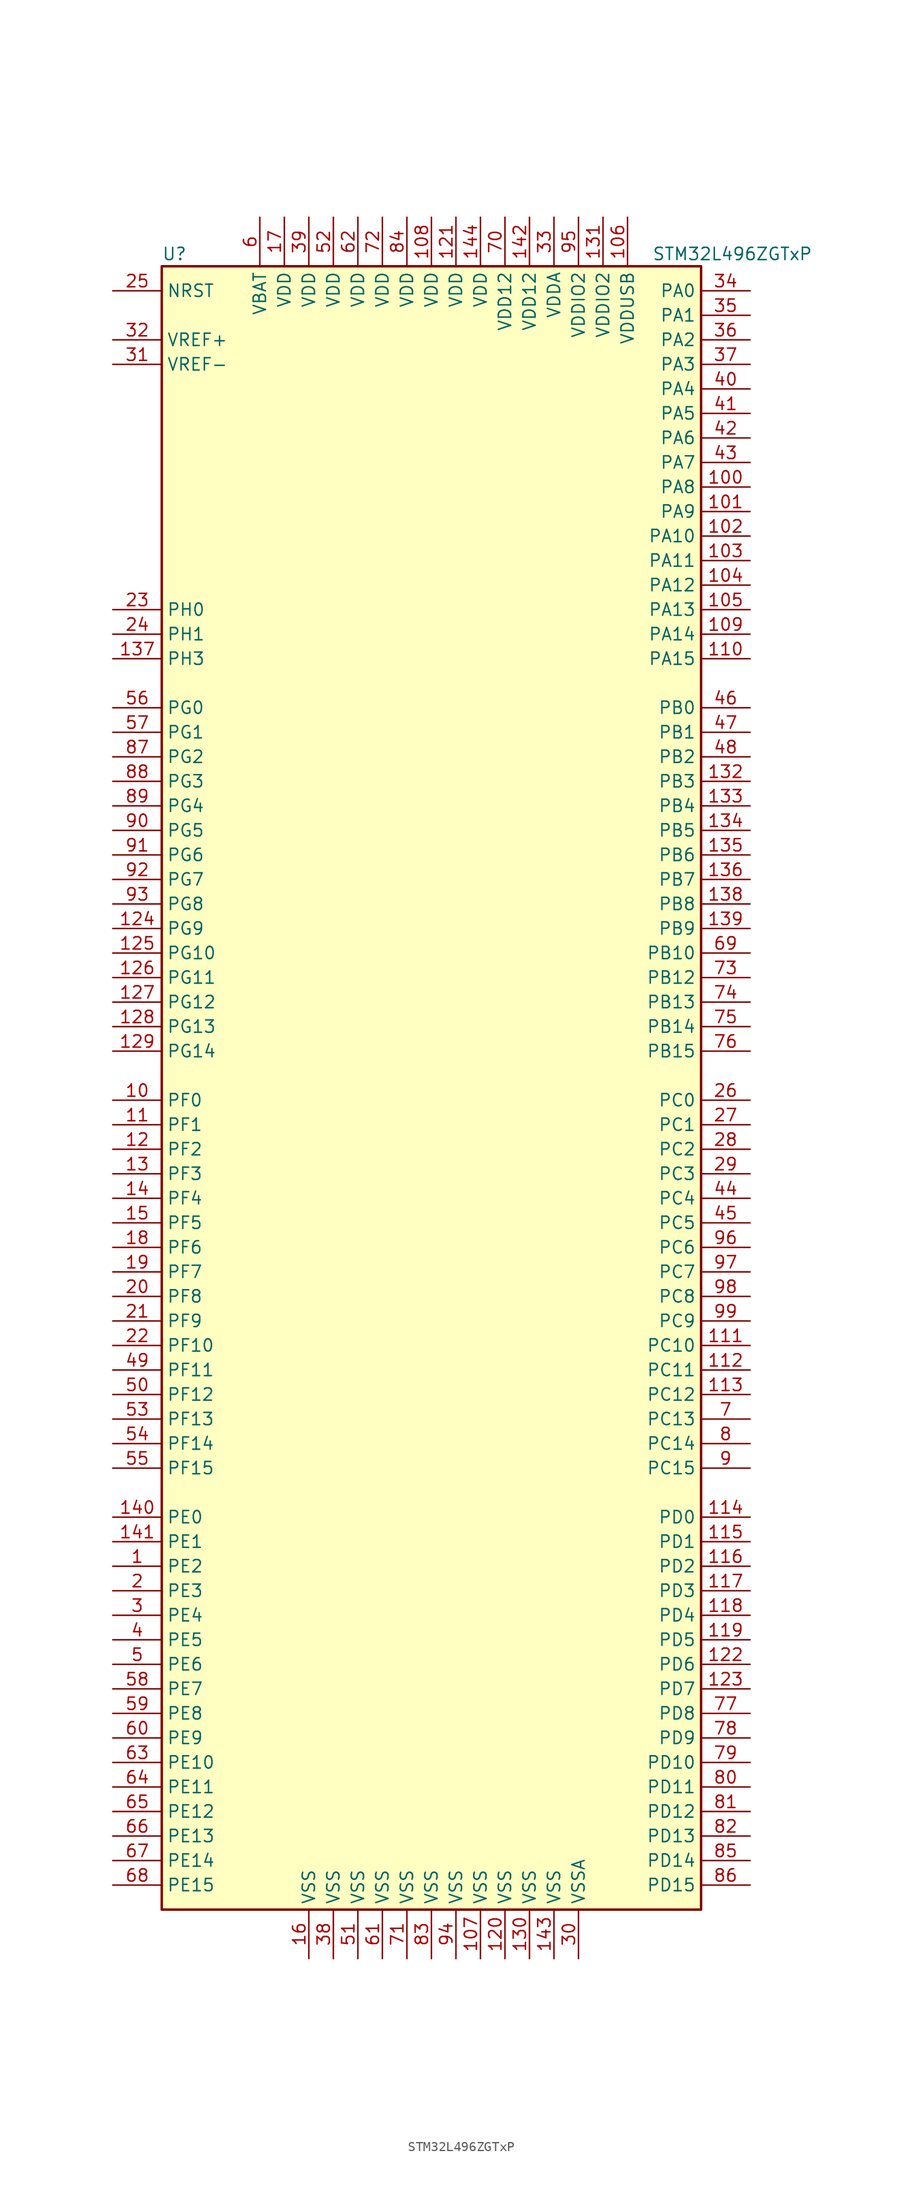
<source format=kicad_sym>
(kicad_symbol_lib
  (version 20201005)
  (generator kicad_symbol_editor)
  (symbol "STM32L496ZGTxP"
    (property "Reference" "U"
      (at -27.94 85.09 0)
      (effects (font (size 1.27 1.27)) (justify left)))
    (property "Value" "STM32L496ZGTxP"
      (at 22.86 85.09 0)
      (effects (font (size 1.27 1.27)) (justify left)))
    (symbol "STM32L496ZGTxP_0_1"
      (rectangle (start -27.94 -86.36) (end 27.94 83.82) (stroke (width 0.254)) (fill (type background))))
    (symbol "STM32L496ZGTxP_1_1"
      (pin input line (at -33.02 81.28 0) (length 5.08) (name "NRST" (effects (font (size 1.27 1.27)))) (number "25" (effects (font (size 1.27 1.27)))))
      (pin bidirectional line (at 33.02 81.28 180) (length 5.08) (name "PA0" (effects (font (size 1.27 1.27)))) (number "34" (effects (font (size 1.27 1.27)))))
      (pin bidirectional line (at 33.02 78.74 180) (length 5.08) (name "PA1" (effects (font (size 1.27 1.27)))) (number "35" (effects (font (size 1.27 1.27)))))
      (pin bidirectional line (at 33.02 55.88 180) (length 5.08) (name "PA10" (effects (font (size 1.27 1.27)))) (number "102" (effects (font (size 1.27 1.27)))))
      (pin bidirectional line (at 33.02 53.34 180) (length 5.08) (name "PA11" (effects (font (size 1.27 1.27)))) (number "103" (effects (font (size 1.27 1.27)))))
      (pin bidirectional line (at 33.02 50.8 180) (length 5.08) (name "PA12" (effects (font (size 1.27 1.27)))) (number "104" (effects (font (size 1.27 1.27)))))
      (pin bidirectional line (at 33.02 48.26 180) (length 5.08) (name "PA13" (effects (font (size 1.27 1.27)))) (number "105" (effects (font (size 1.27 1.27)))))
      (pin bidirectional line (at 33.02 45.72 180) (length 5.08) (name "PA14" (effects (font (size 1.27 1.27)))) (number "109" (effects (font (size 1.27 1.27)))))
      (pin bidirectional line (at 33.02 43.18 180) (length 5.08) (name "PA15" (effects (font (size 1.27 1.27)))) (number "110" (effects (font (size 1.27 1.27)))))
      (pin bidirectional line (at 33.02 76.2 180) (length 5.08) (name "PA2" (effects (font (size 1.27 1.27)))) (number "36" (effects (font (size 1.27 1.27)))))
      (pin bidirectional line (at 33.02 73.66 180) (length 5.08) (name "PA3" (effects (font (size 1.27 1.27)))) (number "37" (effects (font (size 1.27 1.27)))))
      (pin bidirectional line (at 33.02 71.12 180) (length 5.08) (name "PA4" (effects (font (size 1.27 1.27)))) (number "40" (effects (font (size 1.27 1.27)))))
      (pin bidirectional line (at 33.02 68.58 180) (length 5.08) (name "PA5" (effects (font (size 1.27 1.27)))) (number "41" (effects (font (size 1.27 1.27)))))
      (pin bidirectional line (at 33.02 66.04 180) (length 5.08) (name "PA6" (effects (font (size 1.27 1.27)))) (number "42" (effects (font (size 1.27 1.27)))))
      (pin bidirectional line (at 33.02 63.5 180) (length 5.08) (name "PA7" (effects (font (size 1.27 1.27)))) (number "43" (effects (font (size 1.27 1.27)))))
      (pin bidirectional line (at 33.02 60.96 180) (length 5.08) (name "PA8" (effects (font (size 1.27 1.27)))) (number "100" (effects (font (size 1.27 1.27)))))
      (pin bidirectional line (at 33.02 58.42 180) (length 5.08) (name "PA9" (effects (font (size 1.27 1.27)))) (number "101" (effects (font (size 1.27 1.27)))))
      (pin bidirectional line (at 33.02 38.1 180) (length 5.08) (name "PB0" (effects (font (size 1.27 1.27)))) (number "46" (effects (font (size 1.27 1.27)))))
      (pin bidirectional line (at 33.02 35.56 180) (length 5.08) (name "PB1" (effects (font (size 1.27 1.27)))) (number "47" (effects (font (size 1.27 1.27)))))
      (pin bidirectional line (at 33.02 12.7 180) (length 5.08) (name "PB10" (effects (font (size 1.27 1.27)))) (number "69" (effects (font (size 1.27 1.27)))))
      (pin bidirectional line (at 33.02 10.16 180) (length 5.08) (name "PB12" (effects (font (size 1.27 1.27)))) (number "73" (effects (font (size 1.27 1.27)))))
      (pin bidirectional line (at 33.02 7.62 180) (length 5.08) (name "PB13" (effects (font (size 1.27 1.27)))) (number "74" (effects (font (size 1.27 1.27)))))
      (pin bidirectional line (at 33.02 5.08 180) (length 5.08) (name "PB14" (effects (font (size 1.27 1.27)))) (number "75" (effects (font (size 1.27 1.27)))))
      (pin bidirectional line (at 33.02 2.54 180) (length 5.08) (name "PB15" (effects (font (size 1.27 1.27)))) (number "76" (effects (font (size 1.27 1.27)))))
      (pin bidirectional line (at 33.02 33.02 180) (length 5.08) (name "PB2" (effects (font (size 1.27 1.27)))) (number "48" (effects (font (size 1.27 1.27)))))
      (pin bidirectional line (at 33.02 30.48 180) (length 5.08) (name "PB3" (effects (font (size 1.27 1.27)))) (number "132" (effects (font (size 1.27 1.27)))))
      (pin bidirectional line (at 33.02 27.94 180) (length 5.08) (name "PB4" (effects (font (size 1.27 1.27)))) (number "133" (effects (font (size 1.27 1.27)))))
      (pin bidirectional line (at 33.02 25.4 180) (length 5.08) (name "PB5" (effects (font (size 1.27 1.27)))) (number "134" (effects (font (size 1.27 1.27)))))
      (pin bidirectional line (at 33.02 22.86 180) (length 5.08) (name "PB6" (effects (font (size 1.27 1.27)))) (number "135" (effects (font (size 1.27 1.27)))))
      (pin bidirectional line (at 33.02 20.32 180) (length 5.08) (name "PB7" (effects (font (size 1.27 1.27)))) (number "136" (effects (font (size 1.27 1.27)))))
      (pin bidirectional line (at 33.02 17.78 180) (length 5.08) (name "PB8" (effects (font (size 1.27 1.27)))) (number "138" (effects (font (size 1.27 1.27)))))
      (pin bidirectional line (at 33.02 15.24 180) (length 5.08) (name "PB9" (effects (font (size 1.27 1.27)))) (number "139" (effects (font (size 1.27 1.27)))))
      (pin bidirectional line (at 33.02 -2.54 180) (length 5.08) (name "PC0" (effects (font (size 1.27 1.27)))) (number "26" (effects (font (size 1.27 1.27)))))
      (pin bidirectional line (at 33.02 -5.08 180) (length 5.08) (name "PC1" (effects (font (size 1.27 1.27)))) (number "27" (effects (font (size 1.27 1.27)))))
      (pin bidirectional line (at 33.02 -27.94 180) (length 5.08) (name "PC10" (effects (font (size 1.27 1.27)))) (number "111" (effects (font (size 1.27 1.27)))))
      (pin bidirectional line (at 33.02 -30.48 180) (length 5.08) (name "PC11" (effects (font (size 1.27 1.27)))) (number "112" (effects (font (size 1.27 1.27)))))
      (pin bidirectional line (at 33.02 -33.02 180) (length 5.08) (name "PC12" (effects (font (size 1.27 1.27)))) (number "113" (effects (font (size 1.27 1.27)))))
      (pin bidirectional line (at 33.02 -35.56 180) (length 5.08) (name "PC13" (effects (font (size 1.27 1.27)))) (number "7" (effects (font (size 1.27 1.27)))))
      (pin bidirectional line (at 33.02 -38.1 180) (length 5.08) (name "PC14" (effects (font (size 1.27 1.27)))) (number "8" (effects (font (size 1.27 1.27)))))
      (pin bidirectional line (at 33.02 -40.64 180) (length 5.08) (name "PC15" (effects (font (size 1.27 1.27)))) (number "9" (effects (font (size 1.27 1.27)))))
      (pin bidirectional line (at 33.02 -7.62 180) (length 5.08) (name "PC2" (effects (font (size 1.27 1.27)))) (number "28" (effects (font (size 1.27 1.27)))))
      (pin bidirectional line (at 33.02 -10.16 180) (length 5.08) (name "PC3" (effects (font (size 1.27 1.27)))) (number "29" (effects (font (size 1.27 1.27)))))
      (pin bidirectional line (at 33.02 -12.7 180) (length 5.08) (name "PC4" (effects (font (size 1.27 1.27)))) (number "44" (effects (font (size 1.27 1.27)))))
      (pin bidirectional line (at 33.02 -15.24 180) (length 5.08) (name "PC5" (effects (font (size 1.27 1.27)))) (number "45" (effects (font (size 1.27 1.27)))))
      (pin bidirectional line (at 33.02 -17.78 180) (length 5.08) (name "PC6" (effects (font (size 1.27 1.27)))) (number "96" (effects (font (size 1.27 1.27)))))
      (pin bidirectional line (at 33.02 -20.32 180) (length 5.08) (name "PC7" (effects (font (size 1.27 1.27)))) (number "97" (effects (font (size 1.27 1.27)))))
      (pin bidirectional line (at 33.02 -22.86 180) (length 5.08) (name "PC8" (effects (font (size 1.27 1.27)))) (number "98" (effects (font (size 1.27 1.27)))))
      (pin bidirectional line (at 33.02 -25.4 180) (length 5.08) (name "PC9" (effects (font (size 1.27 1.27)))) (number "99" (effects (font (size 1.27 1.27)))))
      (pin bidirectional line (at 33.02 -45.72 180) (length 5.08) (name "PD0" (effects (font (size 1.27 1.27)))) (number "114" (effects (font (size 1.27 1.27)))))
      (pin bidirectional line (at 33.02 -48.26 180) (length 5.08) (name "PD1" (effects (font (size 1.27 1.27)))) (number "115" (effects (font (size 1.27 1.27)))))
      (pin bidirectional line (at 33.02 -71.12 180) (length 5.08) (name "PD10" (effects (font (size 1.27 1.27)))) (number "79" (effects (font (size 1.27 1.27)))))
      (pin bidirectional line (at 33.02 -73.66 180) (length 5.08) (name "PD11" (effects (font (size 1.27 1.27)))) (number "80" (effects (font (size 1.27 1.27)))))
      (pin bidirectional line (at 33.02 -76.2 180) (length 5.08) (name "PD12" (effects (font (size 1.27 1.27)))) (number "81" (effects (font (size 1.27 1.27)))))
      (pin bidirectional line (at 33.02 -78.74 180) (length 5.08) (name "PD13" (effects (font (size 1.27 1.27)))) (number "82" (effects (font (size 1.27 1.27)))))
      (pin bidirectional line (at 33.02 -81.28 180) (length 5.08) (name "PD14" (effects (font (size 1.27 1.27)))) (number "85" (effects (font (size 1.27 1.27)))))
      (pin bidirectional line (at 33.02 -83.82 180) (length 5.08) (name "PD15" (effects (font (size 1.27 1.27)))) (number "86" (effects (font (size 1.27 1.27)))))
      (pin bidirectional line (at 33.02 -50.8 180) (length 5.08) (name "PD2" (effects (font (size 1.27 1.27)))) (number "116" (effects (font (size 1.27 1.27)))))
      (pin bidirectional line (at 33.02 -53.34 180) (length 5.08) (name "PD3" (effects (font (size 1.27 1.27)))) (number "117" (effects (font (size 1.27 1.27)))))
      (pin bidirectional line (at 33.02 -55.88 180) (length 5.08) (name "PD4" (effects (font (size 1.27 1.27)))) (number "118" (effects (font (size 1.27 1.27)))))
      (pin bidirectional line (at 33.02 -58.42 180) (length 5.08) (name "PD5" (effects (font (size 1.27 1.27)))) (number "119" (effects (font (size 1.27 1.27)))))
      (pin bidirectional line (at 33.02 -60.96 180) (length 5.08) (name "PD6" (effects (font (size 1.27 1.27)))) (number "122" (effects (font (size 1.27 1.27)))))
      (pin bidirectional line (at 33.02 -63.5 180) (length 5.08) (name "PD7" (effects (font (size 1.27 1.27)))) (number "123" (effects (font (size 1.27 1.27)))))
      (pin bidirectional line (at 33.02 -66.04 180) (length 5.08) (name "PD8" (effects (font (size 1.27 1.27)))) (number "77" (effects (font (size 1.27 1.27)))))
      (pin bidirectional line (at 33.02 -68.58 180) (length 5.08) (name "PD9" (effects (font (size 1.27 1.27)))) (number "78" (effects (font (size 1.27 1.27)))))
      (pin bidirectional line (at -33.02 -45.72 0) (length 5.08) (name "PE0" (effects (font (size 1.27 1.27)))) (number "140" (effects (font (size 1.27 1.27)))))
      (pin bidirectional line (at -33.02 -48.26 0) (length 5.08) (name "PE1" (effects (font (size 1.27 1.27)))) (number "141" (effects (font (size 1.27 1.27)))))
      (pin bidirectional line (at -33.02 -71.12 0) (length 5.08) (name "PE10" (effects (font (size 1.27 1.27)))) (number "63" (effects (font (size 1.27 1.27)))))
      (pin bidirectional line (at -33.02 -73.66 0) (length 5.08) (name "PE11" (effects (font (size 1.27 1.27)))) (number "64" (effects (font (size 1.27 1.27)))))
      (pin bidirectional line (at -33.02 -76.2 0) (length 5.08) (name "PE12" (effects (font (size 1.27 1.27)))) (number "65" (effects (font (size 1.27 1.27)))))
      (pin bidirectional line (at -33.02 -78.74 0) (length 5.08) (name "PE13" (effects (font (size 1.27 1.27)))) (number "66" (effects (font (size 1.27 1.27)))))
      (pin bidirectional line (at -33.02 -81.28 0) (length 5.08) (name "PE14" (effects (font (size 1.27 1.27)))) (number "67" (effects (font (size 1.27 1.27)))))
      (pin bidirectional line (at -33.02 -83.82 0) (length 5.08) (name "PE15" (effects (font (size 1.27 1.27)))) (number "68" (effects (font (size 1.27 1.27)))))
      (pin bidirectional line (at -33.02 -50.8 0) (length 5.08) (name "PE2" (effects (font (size 1.27 1.27)))) (number "1" (effects (font (size 1.27 1.27)))))
      (pin bidirectional line (at -33.02 -53.34 0) (length 5.08) (name "PE3" (effects (font (size 1.27 1.27)))) (number "2" (effects (font (size 1.27 1.27)))))
      (pin bidirectional line (at -33.02 -55.88 0) (length 5.08) (name "PE4" (effects (font (size 1.27 1.27)))) (number "3" (effects (font (size 1.27 1.27)))))
      (pin bidirectional line (at -33.02 -58.42 0) (length 5.08) (name "PE5" (effects (font (size 1.27 1.27)))) (number "4" (effects (font (size 1.27 1.27)))))
      (pin bidirectional line (at -33.02 -60.96 0) (length 5.08) (name "PE6" (effects (font (size 1.27 1.27)))) (number "5" (effects (font (size 1.27 1.27)))))
      (pin bidirectional line (at -33.02 -63.5 0) (length 5.08) (name "PE7" (effects (font (size 1.27 1.27)))) (number "58" (effects (font (size 1.27 1.27)))))
      (pin bidirectional line (at -33.02 -66.04 0) (length 5.08) (name "PE8" (effects (font (size 1.27 1.27)))) (number "59" (effects (font (size 1.27 1.27)))))
      (pin bidirectional line (at -33.02 -68.58 0) (length 5.08) (name "PE9" (effects (font (size 1.27 1.27)))) (number "60" (effects (font (size 1.27 1.27)))))
      (pin bidirectional line (at -33.02 -2.54 0) (length 5.08) (name "PF0" (effects (font (size 1.27 1.27)))) (number "10" (effects (font (size 1.27 1.27)))))
      (pin bidirectional line (at -33.02 -5.08 0) (length 5.08) (name "PF1" (effects (font (size 1.27 1.27)))) (number "11" (effects (font (size 1.27 1.27)))))
      (pin bidirectional line (at -33.02 -27.94 0) (length 5.08) (name "PF10" (effects (font (size 1.27 1.27)))) (number "22" (effects (font (size 1.27 1.27)))))
      (pin bidirectional line (at -33.02 -30.48 0) (length 5.08) (name "PF11" (effects (font (size 1.27 1.27)))) (number "49" (effects (font (size 1.27 1.27)))))
      (pin bidirectional line (at -33.02 -33.02 0) (length 5.08) (name "PF12" (effects (font (size 1.27 1.27)))) (number "50" (effects (font (size 1.27 1.27)))))
      (pin bidirectional line (at -33.02 -35.56 0) (length 5.08) (name "PF13" (effects (font (size 1.27 1.27)))) (number "53" (effects (font (size 1.27 1.27)))))
      (pin bidirectional line (at -33.02 -38.1 0) (length 5.08) (name "PF14" (effects (font (size 1.27 1.27)))) (number "54" (effects (font (size 1.27 1.27)))))
      (pin bidirectional line (at -33.02 -40.64 0) (length 5.08) (name "PF15" (effects (font (size 1.27 1.27)))) (number "55" (effects (font (size 1.27 1.27)))))
      (pin bidirectional line (at -33.02 -7.62 0) (length 5.08) (name "PF2" (effects (font (size 1.27 1.27)))) (number "12" (effects (font (size 1.27 1.27)))))
      (pin bidirectional line (at -33.02 -10.16 0) (length 5.08) (name "PF3" (effects (font (size 1.27 1.27)))) (number "13" (effects (font (size 1.27 1.27)))))
      (pin bidirectional line (at -33.02 -12.7 0) (length 5.08) (name "PF4" (effects (font (size 1.27 1.27)))) (number "14" (effects (font (size 1.27 1.27)))))
      (pin bidirectional line (at -33.02 -15.24 0) (length 5.08) (name "PF5" (effects (font (size 1.27 1.27)))) (number "15" (effects (font (size 1.27 1.27)))))
      (pin bidirectional line (at -33.02 -17.78 0) (length 5.08) (name "PF6" (effects (font (size 1.27 1.27)))) (number "18" (effects (font (size 1.27 1.27)))))
      (pin bidirectional line (at -33.02 -20.32 0) (length 5.08) (name "PF7" (effects (font (size 1.27 1.27)))) (number "19" (effects (font (size 1.27 1.27)))))
      (pin bidirectional line (at -33.02 -22.86 0) (length 5.08) (name "PF8" (effects (font (size 1.27 1.27)))) (number "20" (effects (font (size 1.27 1.27)))))
      (pin bidirectional line (at -33.02 -25.4 0) (length 5.08) (name "PF9" (effects (font (size 1.27 1.27)))) (number "21" (effects (font (size 1.27 1.27)))))
      (pin bidirectional line (at -33.02 38.1 0) (length 5.08) (name "PG0" (effects (font (size 1.27 1.27)))) (number "56" (effects (font (size 1.27 1.27)))))
      (pin bidirectional line (at -33.02 35.56 0) (length 5.08) (name "PG1" (effects (font (size 1.27 1.27)))) (number "57" (effects (font (size 1.27 1.27)))))
      (pin bidirectional line (at -33.02 12.7 0) (length 5.08) (name "PG10" (effects (font (size 1.27 1.27)))) (number "125" (effects (font (size 1.27 1.27)))))
      (pin bidirectional line (at -33.02 10.16 0) (length 5.08) (name "PG11" (effects (font (size 1.27 1.27)))) (number "126" (effects (font (size 1.27 1.27)))))
      (pin bidirectional line (at -33.02 7.62 0) (length 5.08) (name "PG12" (effects (font (size 1.27 1.27)))) (number "127" (effects (font (size 1.27 1.27)))))
      (pin bidirectional line (at -33.02 5.08 0) (length 5.08) (name "PG13" (effects (font (size 1.27 1.27)))) (number "128" (effects (font (size 1.27 1.27)))))
      (pin bidirectional line (at -33.02 2.54 0) (length 5.08) (name "PG14" (effects (font (size 1.27 1.27)))) (number "129" (effects (font (size 1.27 1.27)))))
      (pin bidirectional line (at -33.02 33.02 0) (length 5.08) (name "PG2" (effects (font (size 1.27 1.27)))) (number "87" (effects (font (size 1.27 1.27)))))
      (pin bidirectional line (at -33.02 30.48 0) (length 5.08) (name "PG3" (effects (font (size 1.27 1.27)))) (number "88" (effects (font (size 1.27 1.27)))))
      (pin bidirectional line (at -33.02 27.94 0) (length 5.08) (name "PG4" (effects (font (size 1.27 1.27)))) (number "89" (effects (font (size 1.27 1.27)))))
      (pin bidirectional line (at -33.02 25.4 0) (length 5.08) (name "PG5" (effects (font (size 1.27 1.27)))) (number "90" (effects (font (size 1.27 1.27)))))
      (pin bidirectional line (at -33.02 22.86 0) (length 5.08) (name "PG6" (effects (font (size 1.27 1.27)))) (number "91" (effects (font (size 1.27 1.27)))))
      (pin bidirectional line (at -33.02 20.32 0) (length 5.08) (name "PG7" (effects (font (size 1.27 1.27)))) (number "92" (effects (font (size 1.27 1.27)))))
      (pin bidirectional line (at -33.02 17.78 0) (length 5.08) (name "PG8" (effects (font (size 1.27 1.27)))) (number "93" (effects (font (size 1.27 1.27)))))
      (pin bidirectional line (at -33.02 15.24 0) (length 5.08) (name "PG9" (effects (font (size 1.27 1.27)))) (number "124" (effects (font (size 1.27 1.27)))))
      (pin input line (at -33.02 48.26 0) (length 5.08) (name "PH0" (effects (font (size 1.27 1.27)))) (number "23" (effects (font (size 1.27 1.27)))))
      (pin input line (at -33.02 45.72 0) (length 5.08) (name "PH1" (effects (font (size 1.27 1.27)))) (number "24" (effects (font (size 1.27 1.27)))))
      (pin bidirectional line (at -33.02 43.18 0) (length 5.08) (name "PH3" (effects (font (size 1.27 1.27)))) (number "137" (effects (font (size 1.27 1.27)))))
      (pin power_in line (at -17.78 88.9 270) (length 5.08) (name "VBAT" (effects (font (size 1.27 1.27)))) (number "6" (effects (font (size 1.27 1.27)))))
      (pin power_in line (at 0 88.9 270) (length 5.08) (name "VDD" (effects (font (size 1.27 1.27)))) (number "108" (effects (font (size 1.27 1.27)))))
      (pin power_in line (at 2.54 88.9 270) (length 5.08) (name "VDD" (effects (font (size 1.27 1.27)))) (number "121" (effects (font (size 1.27 1.27)))))
      (pin power_in line (at 5.08 88.9 270) (length 5.08) (name "VDD" (effects (font (size 1.27 1.27)))) (number "144" (effects (font (size 1.27 1.27)))))
      (pin power_in line (at -15.24 88.9 270) (length 5.08) (name "VDD" (effects (font (size 1.27 1.27)))) (number "17" (effects (font (size 1.27 1.27)))))
      (pin power_in line (at -12.7 88.9 270) (length 5.08) (name "VDD" (effects (font (size 1.27 1.27)))) (number "39" (effects (font (size 1.27 1.27)))))
      (pin power_in line (at -10.16 88.9 270) (length 5.08) (name "VDD" (effects (font (size 1.27 1.27)))) (number "52" (effects (font (size 1.27 1.27)))))
      (pin power_in line (at -7.62 88.9 270) (length 5.08) (name "VDD" (effects (font (size 1.27 1.27)))) (number "62" (effects (font (size 1.27 1.27)))))
      (pin power_in line (at -5.08 88.9 270) (length 5.08) (name "VDD" (effects (font (size 1.27 1.27)))) (number "72" (effects (font (size 1.27 1.27)))))
      (pin power_in line (at -2.54 88.9 270) (length 5.08) (name "VDD" (effects (font (size 1.27 1.27)))) (number "84" (effects (font (size 1.27 1.27)))))
      (pin power_in line (at 10.16 88.9 270) (length 5.08) (name "VDD12" (effects (font (size 1.27 1.27)))) (number "142" (effects (font (size 1.27 1.27)))))
      (pin power_in line (at 7.62 88.9 270) (length 5.08) (name "VDD12" (effects (font (size 1.27 1.27)))) (number "70" (effects (font (size 1.27 1.27)))))
      (pin power_in line (at 12.7 88.9 270) (length 5.08) (name "VDDA" (effects (font (size 1.27 1.27)))) (number "33" (effects (font (size 1.27 1.27)))))
      (pin power_in line (at 17.78 88.9 270) (length 5.08) (name "VDDIO2" (effects (font (size 1.27 1.27)))) (number "131" (effects (font (size 1.27 1.27)))))
      (pin power_in line (at 15.24 88.9 270) (length 5.08) (name "VDDIO2" (effects (font (size 1.27 1.27)))) (number "95" (effects (font (size 1.27 1.27)))))
      (pin power_in line (at 20.32 88.9 270) (length 5.08) (name "VDDUSB" (effects (font (size 1.27 1.27)))) (number "106" (effects (font (size 1.27 1.27)))))
      (pin bidirectional line (at -33.02 76.2 0) (length 5.08) (name "VREF+" (effects (font (size 1.27 1.27)))) (number "32" (effects (font (size 1.27 1.27)))))
      (pin power_in line (at -33.02 73.66 0) (length 5.08) (name "VREF-" (effects (font (size 1.27 1.27)))) (number "31" (effects (font (size 1.27 1.27)))))
      (pin power_in line (at 5.08 -91.44 90) (length 5.08) (name "VSS" (effects (font (size 1.27 1.27)))) (number "107" (effects (font (size 1.27 1.27)))))
      (pin power_in line (at 7.62 -91.44 90) (length 5.08) (name "VSS" (effects (font (size 1.27 1.27)))) (number "120" (effects (font (size 1.27 1.27)))))
      (pin power_in line (at 10.16 -91.44 90) (length 5.08) (name "VSS" (effects (font (size 1.27 1.27)))) (number "130" (effects (font (size 1.27 1.27)))))
      (pin power_in line (at 12.7 -91.44 90) (length 5.08) (name "VSS" (effects (font (size 1.27 1.27)))) (number "143" (effects (font (size 1.27 1.27)))))
      (pin power_in line (at -12.7 -91.44 90) (length 5.08) (name "VSS" (effects (font (size 1.27 1.27)))) (number "16" (effects (font (size 1.27 1.27)))))
      (pin power_in line (at -10.16 -91.44 90) (length 5.08) (name "VSS" (effects (font (size 1.27 1.27)))) (number "38" (effects (font (size 1.27 1.27)))))
      (pin power_in line (at -7.62 -91.44 90) (length 5.08) (name "VSS" (effects (font (size 1.27 1.27)))) (number "51" (effects (font (size 1.27 1.27)))))
      (pin power_in line (at -5.08 -91.44 90) (length 5.08) (name "VSS" (effects (font (size 1.27 1.27)))) (number "61" (effects (font (size 1.27 1.27)))))
      (pin power_in line (at -2.54 -91.44 90) (length 5.08) (name "VSS" (effects (font (size 1.27 1.27)))) (number "71" (effects (font (size 1.27 1.27)))))
      (pin power_in line (at 0 -91.44 90) (length 5.08) (name "VSS" (effects (font (size 1.27 1.27)))) (number "83" (effects (font (size 1.27 1.27)))))
      (pin power_in line (at 2.54 -91.44 90) (length 5.08) (name "VSS" (effects (font (size 1.27 1.27)))) (number "94" (effects (font (size 1.27 1.27)))))
      (pin power_in line (at 15.24 -91.44 90) (length 5.08) (name "VSSA" (effects (font (size 1.27 1.27)))) (number "30" (effects (font (size 1.27 1.27))))))))
</source>
